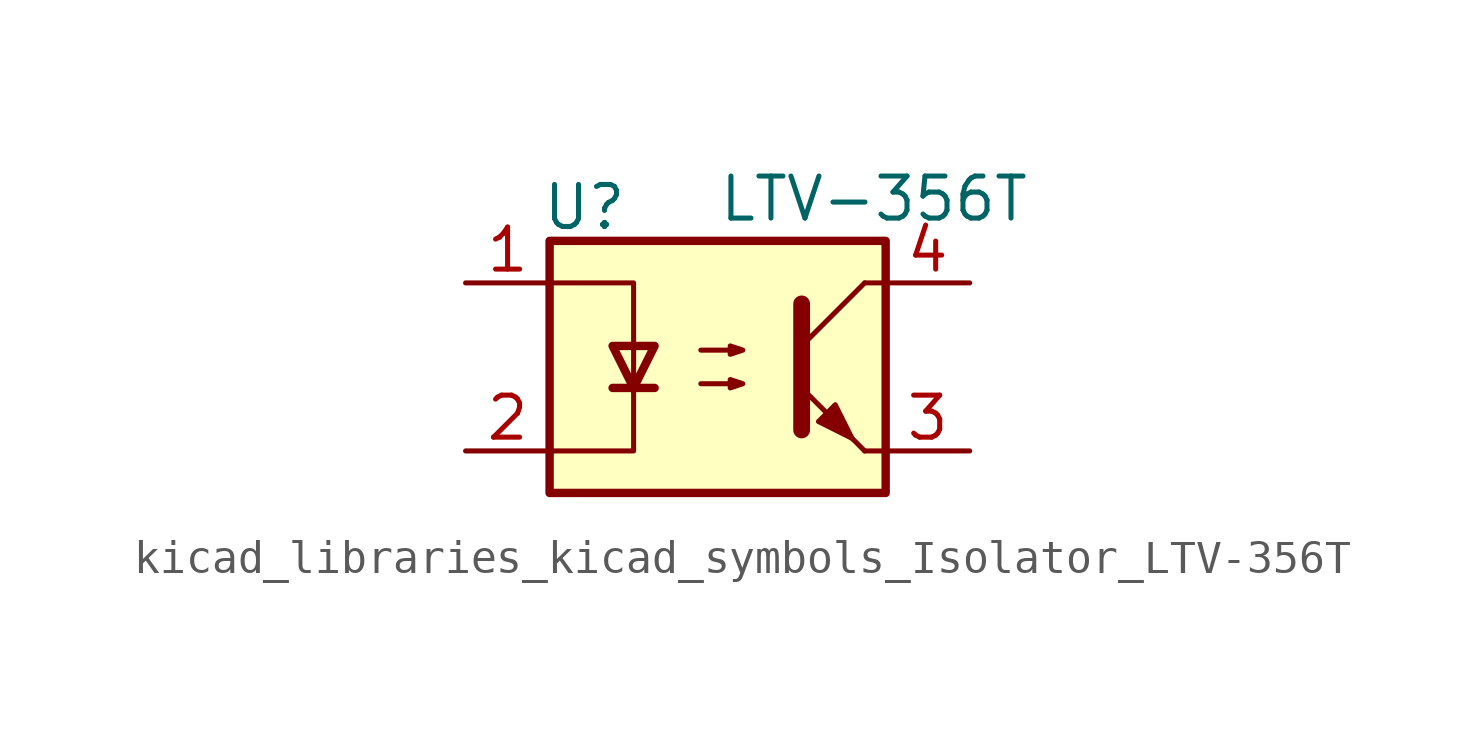
<source format=kicad_sym>
(kicad_symbol_lib
  (version 20220914)
  (generator kicad_symbol_editor)
  (symbol "kicad_libraries_kicad_symbols_Isolator_LTV-356T"
    (pin_names
      (offset 1.016))
    (property "Reference" "U"
      (at -5.334 4.826 0)
      (effects (font (size 1.27 1.27)) (justify left)))
    (property "Value" "LTV-356T"
      (at 0 5.08 0)
      (effects (font (size 1.27 1.27)) (justify left)))
    (symbol "kicad_libraries_kicad_symbols_Isolator_LTV-356T_0_1"
      (rectangle (start -5.08 3.81) (end 5.08 -3.81) (stroke (width 0.254) (type default)) (fill (type background)))
      (polyline (pts (xy -3.175 -0.635) (xy -1.905 -0.635)) (stroke (width 0.254) (type default)) (fill (type none)))
      (polyline (pts (xy 2.54 0.635) (xy 4.445 2.54)) (stroke (width 0) (type default)) (fill (type none)))
      (polyline (pts (xy 4.445 -2.54) (xy 2.54 -0.635)) (stroke (width 0) (type default)) (fill (type outline)))
      (polyline (pts (xy 4.445 -2.54) (xy 5.08 -2.54)) (stroke (width 0) (type default)) (fill (type none)))
      (polyline (pts (xy 4.445 2.54) (xy 5.08 2.54)) (stroke (width 0) (type default)) (fill (type none)))
      (polyline (pts (xy -5.08 2.54) (xy -2.54 2.54) (xy -2.54 -0.762)) (stroke (width 0) (type default)) (fill (type none)))
      (polyline (pts (xy -2.54 -0.635) (xy -2.54 -2.54) (xy -5.08 -2.54)) (stroke (width 0) (type default)) (fill (type none)))
      (polyline (pts (xy 2.54 1.905) (xy 2.54 -1.905) (xy 2.54 -1.905)) (stroke (width 0.508) (type default)) (fill (type none)))
      (polyline (pts (xy -2.54 -0.635) (xy -3.175 0.635) (xy -1.905 0.635) (xy -2.54 -0.635)) (stroke (width 0.254) (type default)) (fill (type none)))
      (polyline (pts (xy -0.508 -0.508) (xy 0.762 -0.508) (xy 0.381 -0.635) (xy 0.381 -0.381) (xy 0.762 -0.508)) (stroke (width 0) (type default)) (fill (type none)))
      (polyline (pts (xy -0.508 0.508) (xy 0.762 0.508) (xy 0.381 0.381) (xy 0.381 0.635) (xy 0.762 0.508)) (stroke (width 0) (type default)) (fill (type none)))
      (polyline (pts (xy 3.048 -1.651) (xy 3.556 -1.143) (xy 4.064 -2.159) (xy 3.048 -1.651) (xy 3.048 -1.651)) (stroke (width 0) (type default)) (fill (type outline))))
    (symbol "kicad_libraries_kicad_symbols_Isolator_LTV-356T_1_1"
      (pin passive line (at -7.62 2.54 0) (length 2.54) (name "~" (effects (font (size 1.27 1.27)))) (number "1" (effects (font (size 1.27 1.27)))))
      (pin passive line (at -7.62 -2.54 0) (length 2.54) (name "~" (effects (font (size 1.27 1.27)))) (number "2" (effects (font (size 1.27 1.27)))))
      (pin passive line (at 7.62 -2.54 180) (length 2.54) (name "~" (effects (font (size 1.27 1.27)))) (number "3" (effects (font (size 1.27 1.27)))))
      (pin passive line (at 7.62 2.54 180) (length 2.54) (name "~" (effects (font (size 1.27 1.27)))) (number "4" (effects (font (size 1.27 1.27))))))))
</source>
